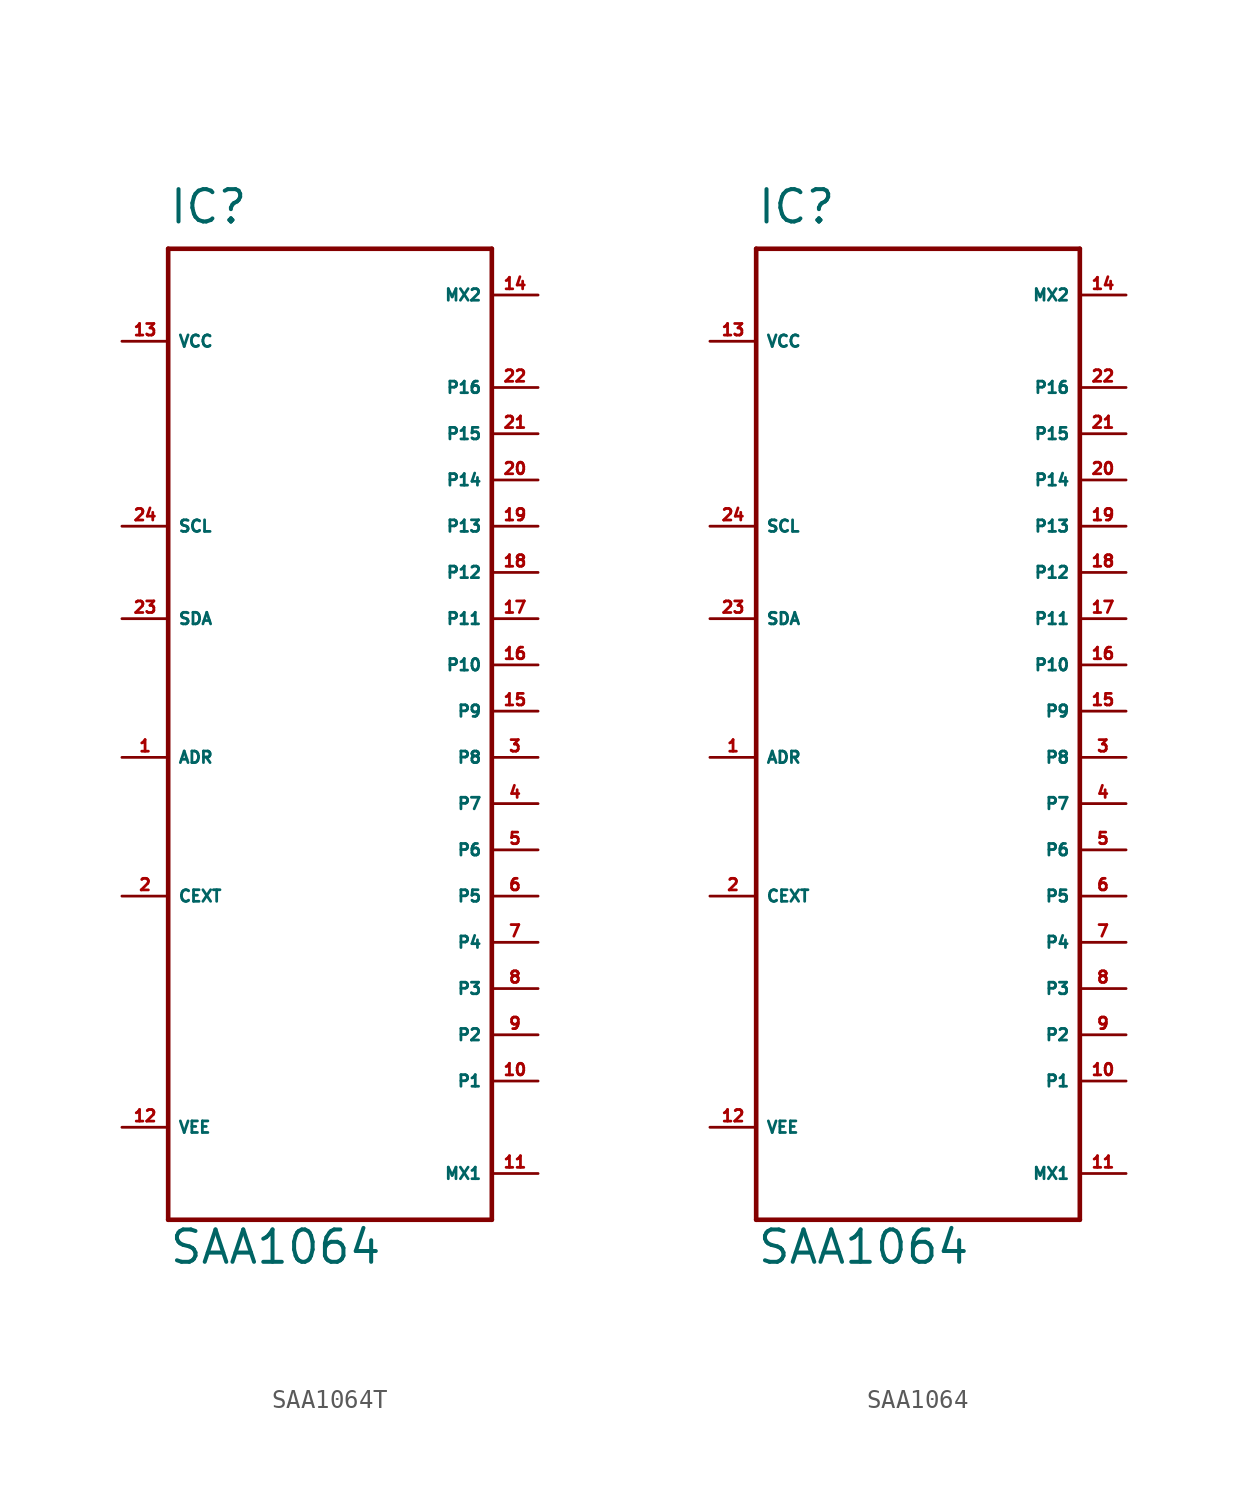
<source format=kicad_sym>
(kicad_symbol_lib
  (version 20220914)
  (generator Eagle2Kicad)
  (symbol "SAA1064T"
    (property "Reference" "IC"
      (at -7.62 26.67 0)
      (effects (font (size 1.778 1.778) (thickness 0.22)) (justify left bottom)))
    (property "Value" "SAA1064"
      (at -7.62 -30.48 0)
      (effects (font (size 1.778 1.778) (thickness 0.22)) (justify left bottom)))
    (polyline
      (pts (xy -7.62 25.4) (xy -7.62 -27.94))
      (stroke (width 0.254) (type default))
      (fill (type none)))
    (polyline
      (pts (xy -7.62 -27.94) (xy 10.16 -27.94))
      (stroke (width 0.254) (type default))
      (fill (type none)))
    (polyline
      (pts (xy 10.16 -27.94) (xy 10.16 25.4))
      (stroke (width 0.254) (type default))
      (fill (type none)))
    (polyline
      (pts (xy 10.16 25.4) (xy -7.62 25.4))
      (stroke (width 0.254) (type default))
      (fill (type none)))
    (pin input line
      (at -10.16 10.16 0)
      (length 2.54)
      (name "SCL" (effects (font (size 0.635 0.635) (thickness 0.08)) (justify left bottom)))
      (number "24" (effects (font (size 0.635 0.635) (thickness 0.08)) (justify left bottom))))
    (pin input line
      (at -10.16 5.08 0)
      (length 2.54)
      (name "SDA" (effects (font (size 0.635 0.635) (thickness 0.08)) (justify left bottom)))
      (number "23" (effects (font (size 0.635 0.635) (thickness 0.08)) (justify left bottom))))
    (pin input line
      (at -10.16 -10.16 0)
      (length 2.54)
      (name "CEXT" (effects (font (size 0.635 0.635) (thickness 0.08)) (justify left bottom)))
      (number "2" (effects (font (size 0.635 0.635) (thickness 0.08)) (justify left bottom))))
    (pin input line
      (at -10.16 -2.54 0)
      (length 2.54)
      (name "ADR" (effects (font (size 0.635 0.635) (thickness 0.08)) (justify left bottom)))
      (number "1" (effects (font (size 0.635 0.635) (thickness 0.08)) (justify left bottom))))
    (pin output line
      (at 12.7 -25.4 180)
      (length 2.54)
      (name "MX1" (effects (font (size 0.635 0.635) (thickness 0.08)) (justify left bottom)))
      (number "11" (effects (font (size 0.635 0.635) (thickness 0.08)) (justify left bottom))))
    (pin output line
      (at 12.7 22.86 180)
      (length 2.54)
      (name "MX2" (effects (font (size 0.635 0.635) (thickness 0.08)) (justify left bottom)))
      (number "14" (effects (font (size 0.635 0.635) (thickness 0.08)) (justify left bottom))))
    (pin output line
      (at 12.7 -20.32 180)
      (length 2.54)
      (name "P1" (effects (font (size 0.635 0.635) (thickness 0.08)) (justify left bottom)))
      (number "10" (effects (font (size 0.635 0.635) (thickness 0.08)) (justify left bottom))))
    (pin output line
      (at 12.7 -17.78 180)
      (length 2.54)
      (name "P2" (effects (font (size 0.635 0.635) (thickness 0.08)) (justify left bottom)))
      (number "9" (effects (font (size 0.635 0.635) (thickness 0.08)) (justify left bottom))))
    (pin output line
      (at 12.7 -15.24 180)
      (length 2.54)
      (name "P3" (effects (font (size 0.635 0.635) (thickness 0.08)) (justify left bottom)))
      (number "8" (effects (font (size 0.635 0.635) (thickness 0.08)) (justify left bottom))))
    (pin output line
      (at 12.7 -12.7 180)
      (length 2.54)
      (name "P4" (effects (font (size 0.635 0.635) (thickness 0.08)) (justify left bottom)))
      (number "7" (effects (font (size 0.635 0.635) (thickness 0.08)) (justify left bottom))))
    (pin output line
      (at 12.7 -10.16 180)
      (length 2.54)
      (name "P5" (effects (font (size 0.635 0.635) (thickness 0.08)) (justify left bottom)))
      (number "6" (effects (font (size 0.635 0.635) (thickness 0.08)) (justify left bottom))))
    (pin output line
      (at 12.7 -7.62 180)
      (length 2.54)
      (name "P6" (effects (font (size 0.635 0.635) (thickness 0.08)) (justify left bottom)))
      (number "5" (effects (font (size 0.635 0.635) (thickness 0.08)) (justify left bottom))))
    (pin output line
      (at 12.7 -5.08 180)
      (length 2.54)
      (name "P7" (effects (font (size 0.635 0.635) (thickness 0.08)) (justify left bottom)))
      (number "4" (effects (font (size 0.635 0.635) (thickness 0.08)) (justify left bottom))))
    (pin output line
      (at 12.7 -2.54 180)
      (length 2.54)
      (name "P8" (effects (font (size 0.635 0.635) (thickness 0.08)) (justify left bottom)))
      (number "3" (effects (font (size 0.635 0.635) (thickness 0.08)) (justify left bottom))))
    (pin output line
      (at 12.7 0 180)
      (length 2.54)
      (name "P9" (effects (font (size 0.635 0.635) (thickness 0.08)) (justify left bottom)))
      (number "15" (effects (font (size 0.635 0.635) (thickness 0.08)) (justify left bottom))))
    (pin output line
      (at 12.7 2.54 180)
      (length 2.54)
      (name "P10" (effects (font (size 0.635 0.635) (thickness 0.08)) (justify left bottom)))
      (number "16" (effects (font (size 0.635 0.635) (thickness 0.08)) (justify left bottom))))
    (pin output line
      (at 12.7 5.08 180)
      (length 2.54)
      (name "P11" (effects (font (size 0.635 0.635) (thickness 0.08)) (justify left bottom)))
      (number "17" (effects (font (size 0.635 0.635) (thickness 0.08)) (justify left bottom))))
    (pin output line
      (at 12.7 7.62 180)
      (length 2.54)
      (name "P12" (effects (font (size 0.635 0.635) (thickness 0.08)) (justify left bottom)))
      (number "18" (effects (font (size 0.635 0.635) (thickness 0.08)) (justify left bottom))))
    (pin output line
      (at 12.7 10.16 180)
      (length 2.54)
      (name "P13" (effects (font (size 0.635 0.635) (thickness 0.08)) (justify left bottom)))
      (number "19" (effects (font (size 0.635 0.635) (thickness 0.08)) (justify left bottom))))
    (pin output line
      (at 12.7 12.7 180)
      (length 2.54)
      (name "P14" (effects (font (size 0.635 0.635) (thickness 0.08)) (justify left bottom)))
      (number "20" (effects (font (size 0.635 0.635) (thickness 0.08)) (justify left bottom))))
    (pin output line
      (at 12.7 15.24 180)
      (length 2.54)
      (name "P15" (effects (font (size 0.635 0.635) (thickness 0.08)) (justify left bottom)))
      (number "21" (effects (font (size 0.635 0.635) (thickness 0.08)) (justify left bottom))))
    (pin output line
      (at 12.7 17.78 180)
      (length 2.54)
      (name "P16" (effects (font (size 0.635 0.635) (thickness 0.08)) (justify left bottom)))
      (number "22" (effects (font (size 0.635 0.635) (thickness 0.08)) (justify left bottom))))
    (pin unspecified line
      (at -10.16 20.32 0)
      (length 2.54)
      (name "VCC" (effects (font (size 0.635 0.635) (thickness 0.08)) (justify left bottom)))
      (number "13" (effects (font (size 0.635 0.635) (thickness 0.08)) (justify left bottom))))
    (pin unspecified line
      (at -10.16 -22.86 0)
      (length 2.54)
      (name "VEE" (effects (font (size 0.635 0.635) (thickness 0.08)) (justify left bottom)))
      (number "12" (effects (font (size 0.635 0.635) (thickness 0.08)) (justify left bottom)))))
  (symbol "SAA1064"
    (property "Reference" "IC"
      (at -7.62 26.67 0)
      (effects (font (size 1.778 1.778) (thickness 0.22)) (justify left bottom)))
    (property "Value" "SAA1064"
      (at -7.62 -30.48 0)
      (effects (font (size 1.778 1.778) (thickness 0.22)) (justify left bottom)))
    (polyline
      (pts (xy -7.62 25.4) (xy -7.62 -27.94))
      (stroke (width 0.254) (type default))
      (fill (type none)))
    (polyline
      (pts (xy -7.62 -27.94) (xy 10.16 -27.94))
      (stroke (width 0.254) (type default))
      (fill (type none)))
    (polyline
      (pts (xy 10.16 -27.94) (xy 10.16 25.4))
      (stroke (width 0.254) (type default))
      (fill (type none)))
    (polyline
      (pts (xy 10.16 25.4) (xy -7.62 25.4))
      (stroke (width 0.254) (type default))
      (fill (type none)))
    (pin input line
      (at -10.16 10.16 0)
      (length 2.54)
      (name "SCL" (effects (font (size 0.635 0.635) (thickness 0.08)) (justify left bottom)))
      (number "24" (effects (font (size 0.635 0.635) (thickness 0.08)) (justify left bottom))))
    (pin input line
      (at -10.16 5.08 0)
      (length 2.54)
      (name "SDA" (effects (font (size 0.635 0.635) (thickness 0.08)) (justify left bottom)))
      (number "23" (effects (font (size 0.635 0.635) (thickness 0.08)) (justify left bottom))))
    (pin input line
      (at -10.16 -10.16 0)
      (length 2.54)
      (name "CEXT" (effects (font (size 0.635 0.635) (thickness 0.08)) (justify left bottom)))
      (number "2" (effects (font (size 0.635 0.635) (thickness 0.08)) (justify left bottom))))
    (pin input line
      (at -10.16 -2.54 0)
      (length 2.54)
      (name "ADR" (effects (font (size 0.635 0.635) (thickness 0.08)) (justify left bottom)))
      (number "1" (effects (font (size 0.635 0.635) (thickness 0.08)) (justify left bottom))))
    (pin output line
      (at 12.7 -25.4 180)
      (length 2.54)
      (name "MX1" (effects (font (size 0.635 0.635) (thickness 0.08)) (justify left bottom)))
      (number "11" (effects (font (size 0.635 0.635) (thickness 0.08)) (justify left bottom))))
    (pin output line
      (at 12.7 22.86 180)
      (length 2.54)
      (name "MX2" (effects (font (size 0.635 0.635) (thickness 0.08)) (justify left bottom)))
      (number "14" (effects (font (size 0.635 0.635) (thickness 0.08)) (justify left bottom))))
    (pin output line
      (at 12.7 -20.32 180)
      (length 2.54)
      (name "P1" (effects (font (size 0.635 0.635) (thickness 0.08)) (justify left bottom)))
      (number "10" (effects (font (size 0.635 0.635) (thickness 0.08)) (justify left bottom))))
    (pin output line
      (at 12.7 -17.78 180)
      (length 2.54)
      (name "P2" (effects (font (size 0.635 0.635) (thickness 0.08)) (justify left bottom)))
      (number "9" (effects (font (size 0.635 0.635) (thickness 0.08)) (justify left bottom))))
    (pin output line
      (at 12.7 -15.24 180)
      (length 2.54)
      (name "P3" (effects (font (size 0.635 0.635) (thickness 0.08)) (justify left bottom)))
      (number "8" (effects (font (size 0.635 0.635) (thickness 0.08)) (justify left bottom))))
    (pin output line
      (at 12.7 -12.7 180)
      (length 2.54)
      (name "P4" (effects (font (size 0.635 0.635) (thickness 0.08)) (justify left bottom)))
      (number "7" (effects (font (size 0.635 0.635) (thickness 0.08)) (justify left bottom))))
    (pin output line
      (at 12.7 -10.16 180)
      (length 2.54)
      (name "P5" (effects (font (size 0.635 0.635) (thickness 0.08)) (justify left bottom)))
      (number "6" (effects (font (size 0.635 0.635) (thickness 0.08)) (justify left bottom))))
    (pin output line
      (at 12.7 -7.62 180)
      (length 2.54)
      (name "P6" (effects (font (size 0.635 0.635) (thickness 0.08)) (justify left bottom)))
      (number "5" (effects (font (size 0.635 0.635) (thickness 0.08)) (justify left bottom))))
    (pin output line
      (at 12.7 -5.08 180)
      (length 2.54)
      (name "P7" (effects (font (size 0.635 0.635) (thickness 0.08)) (justify left bottom)))
      (number "4" (effects (font (size 0.635 0.635) (thickness 0.08)) (justify left bottom))))
    (pin output line
      (at 12.7 -2.54 180)
      (length 2.54)
      (name "P8" (effects (font (size 0.635 0.635) (thickness 0.08)) (justify left bottom)))
      (number "3" (effects (font (size 0.635 0.635) (thickness 0.08)) (justify left bottom))))
    (pin output line
      (at 12.7 0 180)
      (length 2.54)
      (name "P9" (effects (font (size 0.635 0.635) (thickness 0.08)) (justify left bottom)))
      (number "15" (effects (font (size 0.635 0.635) (thickness 0.08)) (justify left bottom))))
    (pin output line
      (at 12.7 2.54 180)
      (length 2.54)
      (name "P10" (effects (font (size 0.635 0.635) (thickness 0.08)) (justify left bottom)))
      (number "16" (effects (font (size 0.635 0.635) (thickness 0.08)) (justify left bottom))))
    (pin output line
      (at 12.7 5.08 180)
      (length 2.54)
      (name "P11" (effects (font (size 0.635 0.635) (thickness 0.08)) (justify left bottom)))
      (number "17" (effects (font (size 0.635 0.635) (thickness 0.08)) (justify left bottom))))
    (pin output line
      (at 12.7 7.62 180)
      (length 2.54)
      (name "P12" (effects (font (size 0.635 0.635) (thickness 0.08)) (justify left bottom)))
      (number "18" (effects (font (size 0.635 0.635) (thickness 0.08)) (justify left bottom))))
    (pin output line
      (at 12.7 10.16 180)
      (length 2.54)
      (name "P13" (effects (font (size 0.635 0.635) (thickness 0.08)) (justify left bottom)))
      (number "19" (effects (font (size 0.635 0.635) (thickness 0.08)) (justify left bottom))))
    (pin output line
      (at 12.7 12.7 180)
      (length 2.54)
      (name "P14" (effects (font (size 0.635 0.635) (thickness 0.08)) (justify left bottom)))
      (number "20" (effects (font (size 0.635 0.635) (thickness 0.08)) (justify left bottom))))
    (pin output line
      (at 12.7 15.24 180)
      (length 2.54)
      (name "P15" (effects (font (size 0.635 0.635) (thickness 0.08)) (justify left bottom)))
      (number "21" (effects (font (size 0.635 0.635) (thickness 0.08)) (justify left bottom))))
    (pin output line
      (at 12.7 17.78 180)
      (length 2.54)
      (name "P16" (effects (font (size 0.635 0.635) (thickness 0.08)) (justify left bottom)))
      (number "22" (effects (font (size 0.635 0.635) (thickness 0.08)) (justify left bottom))))
    (pin unspecified line
      (at -10.16 20.32 0)
      (length 2.54)
      (name "VCC" (effects (font (size 0.635 0.635) (thickness 0.08)) (justify left bottom)))
      (number "13" (effects (font (size 0.635 0.635) (thickness 0.08)) (justify left bottom))))
    (pin unspecified line
      (at -10.16 -22.86 0)
      (length 2.54)
      (name "VEE" (effects (font (size 0.635 0.635) (thickness 0.08)) (justify left bottom)))
      (number "12" (effects (font (size 0.635 0.635) (thickness 0.08)) (justify left bottom))))))
</source>
